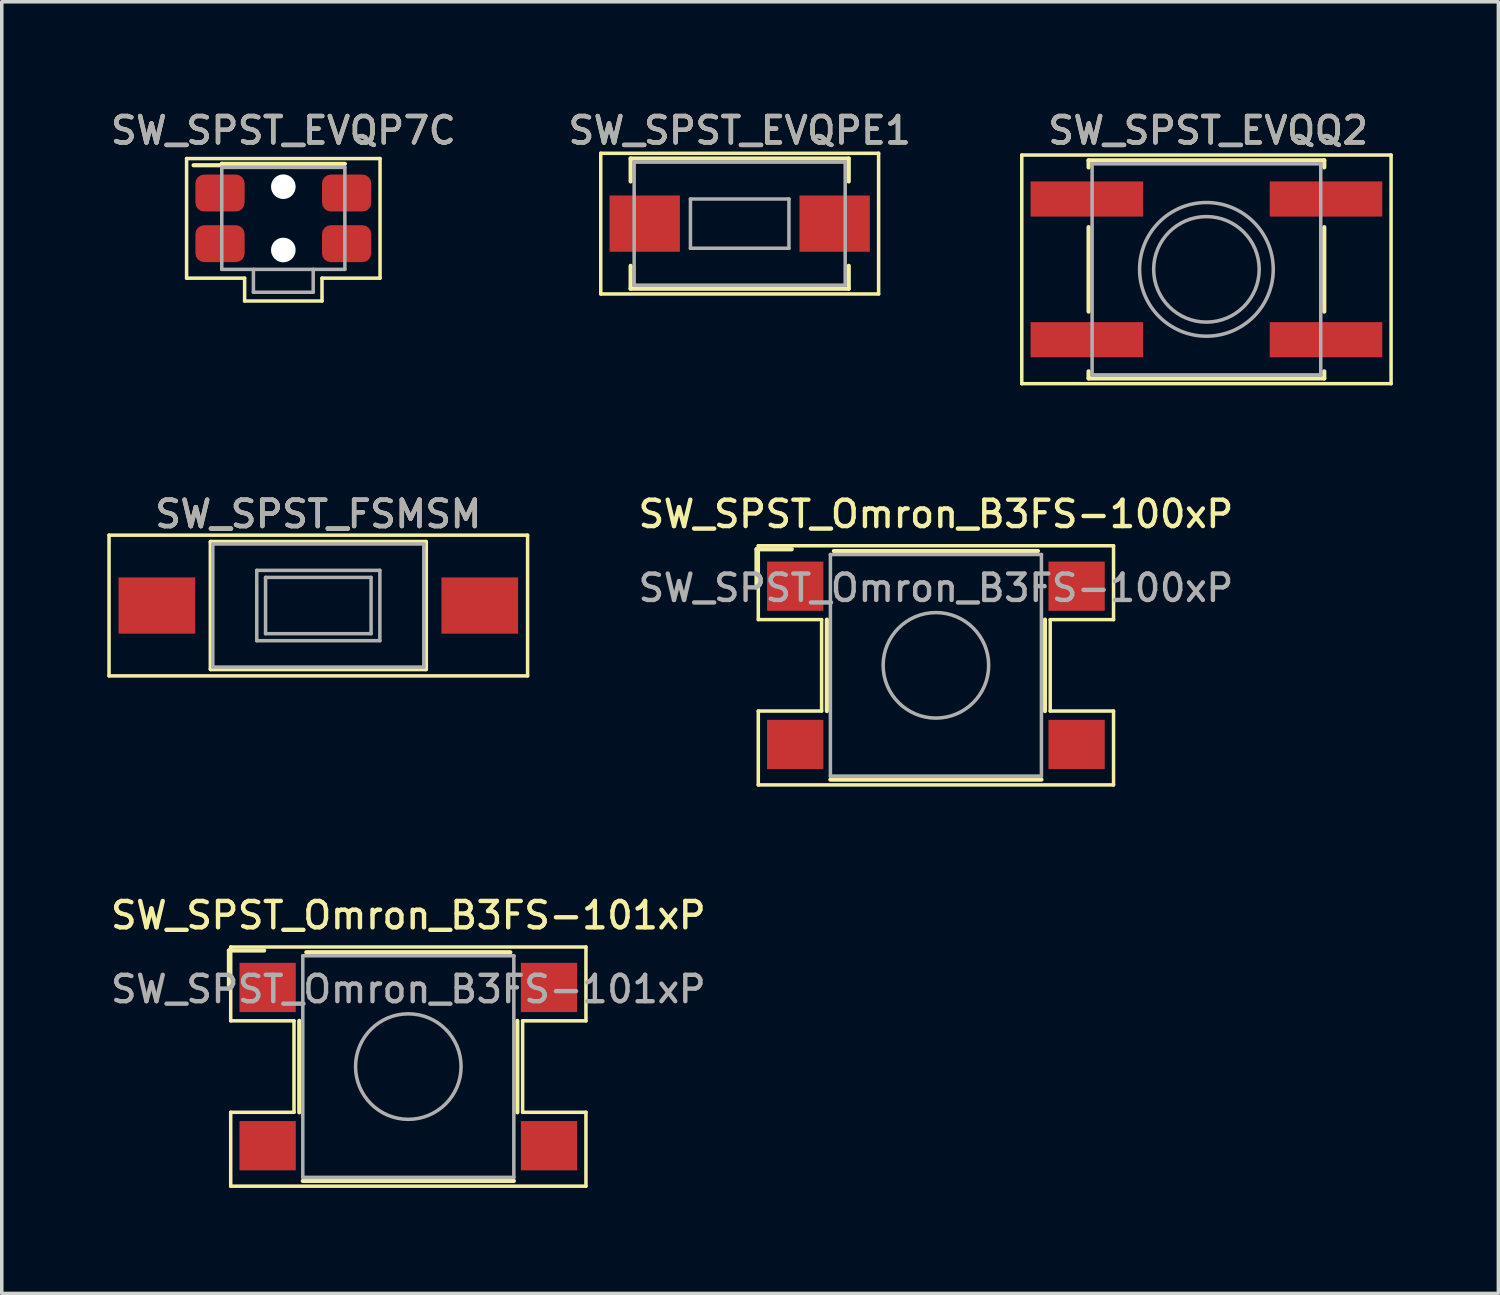
<source format=kicad_pcb>
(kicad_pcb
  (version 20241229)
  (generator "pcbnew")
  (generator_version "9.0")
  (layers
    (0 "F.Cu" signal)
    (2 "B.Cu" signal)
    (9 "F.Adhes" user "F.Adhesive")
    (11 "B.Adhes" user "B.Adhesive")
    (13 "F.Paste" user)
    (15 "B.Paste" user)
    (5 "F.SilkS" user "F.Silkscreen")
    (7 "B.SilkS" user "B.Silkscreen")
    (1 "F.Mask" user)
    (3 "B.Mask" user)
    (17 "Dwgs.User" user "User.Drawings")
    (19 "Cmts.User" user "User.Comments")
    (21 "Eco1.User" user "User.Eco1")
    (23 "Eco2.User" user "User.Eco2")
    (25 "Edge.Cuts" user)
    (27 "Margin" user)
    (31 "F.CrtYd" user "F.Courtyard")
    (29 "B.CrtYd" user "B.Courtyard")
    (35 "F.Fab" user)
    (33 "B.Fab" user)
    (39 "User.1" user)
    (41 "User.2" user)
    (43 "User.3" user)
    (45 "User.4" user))
  (footprint "SW_SPST_Omron_B3FS-100xP"
    (layer "F.Cu")
    (at 23.559 15.866)
    (property "Reference" "SW_SPST_Omron_B3FS-100xP" (at 0 -4.3 0) (layer "F.SilkS") (effects (font (size 0.75 0.75) (thickness 0.125))))
    (attr smd)
    (fp_line (start -5.1 -3.3) (end -4.1 -3.3) (stroke (width 0.12) (type solid)) (layer "F.SilkS"))
    (fp_line (start -5.1 -2.3) (end -5.1 -3.3) (stroke (width 0.12) (type solid)) (layer "F.SilkS"))
    (fp_line (start -5.05 -3.4) (end 5.05 -3.4) (stroke (width 0.1) (type solid)) (layer "F.SilkS"))
    (fp_line (start -5.05 -1.3) (end -5.05 -3.4) (stroke (width 0.1) (type solid)) (layer "F.SilkS"))
    (fp_line (start -5.05 1.3) (end -3.25 1.3) (stroke (width 0.1) (type solid)) (layer "F.SilkS"))
    (fp_line (start -5.05 3.4) (end -5.05 1.3) (stroke (width 0.1) (type solid)) (layer "F.SilkS"))
    (fp_line (start -3.25 -1.3) (end -5.05 -1.3) (stroke (width 0.1) (type solid)) (layer "F.SilkS"))
    (fp_line (start -3.25 1.3) (end -3.25 -1.3) (stroke (width 0.1) (type solid)) (layer "F.SilkS"))
    (fp_line (start -3.1 -1.3) (end -3.1 1.3) (stroke (width 0.12) (type solid)) (layer "F.SilkS"))
    (fp_line (start 2.9 -3.25) (end -2.9 -3.25) (stroke (width 0.12) (type solid)) (layer "F.SilkS"))
    (fp_line (start 3 3.25) (end -3 3.25) (stroke (width 0.12) (type solid)) (layer "F.SilkS"))
    (fp_line (start 3.1 -1.3) (end 3.1 1.3) (stroke (width 0.12) (type solid)) (layer "F.SilkS"))
    (fp_line (start 3.25 -1.3) (end 3.25 1.3) (stroke (width 0.1) (type solid)) (layer "F.SilkS"))
    (fp_line (start 3.25 1.3) (end 5.05 1.3) (stroke (width 0.1) (type solid)) (layer "F.SilkS"))
    (fp_line (start 5.05 -3.4) (end 5.05 -1.3) (stroke (width 0.1) (type solid)) (layer "F.SilkS"))
    (fp_line (start 5.05 -1.3) (end 3.25 -1.3) (stroke (width 0.1) (type solid)) (layer "F.SilkS"))
    (fp_line (start 5.05 1.3) (end 5.05 3.4) (stroke (width 0.1) (type solid)) (layer "F.SilkS"))
    (fp_line (start 5.05 3.4) (end -5.05 3.4) (stroke (width 0.1) (type solid)) (layer "F.SilkS"))
    (fp_line (start -3 -3.15) (end 3 -3.15) (stroke (width 0.1) (type solid)) (layer "F.Fab"))
    (fp_line (start -3 3.15) (end -3 -3.15) (stroke (width 0.1) (type solid)) (layer "F.Fab"))
    (fp_line (start 3 -3.15) (end 3 3.15) (stroke (width 0.1) (type solid)) (layer "F.Fab"))
    (fp_line (start 3 3.15) (end -3 3.15) (stroke (width 0.1) (type solid)) (layer "F.Fab"))
    (fp_circle (center 0 0) (end 1.5 0) (stroke (width 0.1) (type solid)) (fill no) (layer "F.Fab"))
    (fp_text user "${REFERENCE}" (at 0 -2.2 0) (layer "F.Fab") (effects (font (size 0.75 0.75) (thickness 0.125))))
    (pad "1" smd rect (at -4 -2.25 180) (size 1.6 1.4) (layers "F.Cu" "F.Mask" "F.Paste"))
    (pad "1" smd rect (at 4 -2.25 180) (size 1.6 1.4) (layers "F.Cu" "F.Mask" "F.Paste"))
    (pad "2" smd rect (at -4 2.25 180) (size 1.6 1.4) (layers "F.Cu" "F.Mask" "F.Paste"))
    (pad "2" smd rect (at 4 2.25 180) (size 1.6 1.4) (layers "F.Cu" "F.Mask" "F.Paste")))
  (footprint "SW_SPST_Omron_B3FS-101xP"
    (layer "F.Cu")
    (at 8.559 27.274)
    (property "Reference" "SW_SPST_Omron_B3FS-101xP" (at 0 -4.3 0) (layer "F.SilkS") (effects (font (size 0.75 0.75) (thickness 0.125))))
    (attr smd)
    (fp_line (start -5.1 -3.3) (end -4.1 -3.3) (stroke (width 0.12) (type solid)) (layer "F.SilkS"))
    (fp_line (start -5.1 -2.3) (end -5.1 -3.3) (stroke (width 0.12) (type solid)) (layer "F.SilkS"))
    (fp_line (start -5.05 -3.4) (end 5.05 -3.4) (stroke (width 0.1) (type solid)) (layer "F.SilkS"))
    (fp_line (start -5.05 -1.3) (end -5.05 -3.4) (stroke (width 0.1) (type solid)) (layer "F.SilkS"))
    (fp_line (start -5.05 1.3) (end -3.25 1.3) (stroke (width 0.1) (type solid)) (layer "F.SilkS"))
    (fp_line (start -5.05 3.4) (end -5.05 1.3) (stroke (width 0.1) (type solid)) (layer "F.SilkS"))
    (fp_line (start -3.25 -1.3) (end -5.05 -1.3) (stroke (width 0.1) (type solid)) (layer "F.SilkS"))
    (fp_line (start -3.25 1.3) (end -3.25 -1.3) (stroke (width 0.1) (type solid)) (layer "F.SilkS"))
    (fp_line (start -3.1 -1.3) (end -3.1 1.3) (stroke (width 0.12) (type solid)) (layer "F.SilkS"))
    (fp_line (start 2.9 -3.25) (end -2.9 -3.25) (stroke (width 0.12) (type solid)) (layer "F.SilkS"))
    (fp_line (start 3 3.25) (end -3 3.25) (stroke (width 0.12) (type solid)) (layer "F.SilkS"))
    (fp_line (start 3.1 -1.3) (end 3.1 1.3) (stroke (width 0.12) (type solid)) (layer "F.SilkS"))
    (fp_line (start 3.25 -1.3) (end 3.25 1.3) (stroke (width 0.1) (type solid)) (layer "F.SilkS"))
    (fp_line (start 3.25 1.3) (end 5.05 1.3) (stroke (width 0.1) (type solid)) (layer "F.SilkS"))
    (fp_line (start 5.05 -3.4) (end 5.05 -1.3) (stroke (width 0.1) (type solid)) (layer "F.SilkS"))
    (fp_line (start 5.05 -1.3) (end 3.25 -1.3) (stroke (width 0.1) (type solid)) (layer "F.SilkS"))
    (fp_line (start 5.05 1.3) (end 5.05 3.4) (stroke (width 0.1) (type solid)) (layer "F.SilkS"))
    (fp_line (start 5.05 3.4) (end -5.05 3.4) (stroke (width 0.1) (type solid)) (layer "F.SilkS"))
    (fp_line (start -3 -3.15) (end 3 -3.15) (stroke (width 0.1) (type solid)) (layer "F.Fab"))
    (fp_line (start -3 3.15) (end -3 -3.15) (stroke (width 0.1) (type solid)) (layer "F.Fab"))
    (fp_line (start 3 -3.15) (end 3 3.15) (stroke (width 0.1) (type solid)) (layer "F.Fab"))
    (fp_line (start 3 3.15) (end -3 3.15) (stroke (width 0.1) (type solid)) (layer "F.Fab"))
    (fp_circle (center 0 0) (end 1.5 0) (stroke (width 0.1) (type solid)) (fill no) (layer "F.Fab"))
    (fp_text user "${REFERENCE}" (at 0 -2.2 0) (layer "F.Fab") (effects (font (size 0.75 0.75) (thickness 0.125))))
    (pad "1" smd rect (at -4 -2.25 180) (size 1.6 1.4) (layers "F.Cu" "F.Mask" "F.Paste"))
    (pad "1" smd rect (at 4 -2.25 180) (size 1.6 1.4) (layers "F.Cu" "F.Mask" "F.Paste"))
    (pad "2" smd rect (at -4 2.25 180) (size 1.6 1.4) (layers "F.Cu" "F.Mask" "F.Paste"))
    (pad "2" smd rect (at 4 2.25 180) (size 1.6 1.4) (layers "F.Cu" "F.Mask" "F.Paste")))
  (footprint "SW_SPST_EVQPE1"
    (layer "F.Cu")
    (at 17.98 3.308)
    (property "Reference" "SW_SPST_EVQPE1" (at 0 -2.65 0) (layer "F.SilkS") (effects (font (size 0.75 0.75) (thickness 0.125))))
    (attr smd)
    (fp_line (start -3.95 -2) (end 3.95 -2) (stroke (width 0.1) (type solid)) (layer "F.SilkS"))
    (fp_line (start -3.95 2) (end -3.95 -2) (stroke (width 0.1) (type solid)) (layer "F.SilkS"))
    (fp_line (start -3.1 -1.85) (end -3.1 -1.2) (stroke (width 0.12) (type solid)) (layer "F.SilkS"))
    (fp_line (start -3.1 1.2) (end -3.1 1.85) (stroke (width 0.12) (type solid)) (layer "F.SilkS"))
    (fp_line (start -3.1 1.85) (end 3.1 1.85) (stroke (width 0.12) (type solid)) (layer "F.SilkS"))
    (fp_line (start 3.1 -1.85) (end -3.1 -1.85) (stroke (width 0.12) (type solid)) (layer "F.SilkS"))
    (fp_line (start 3.1 -1.85) (end 3.1 -1.2) (stroke (width 0.12) (type solid)) (layer "F.SilkS"))
    (fp_line (start 3.1 1.85) (end 3.1 1.2) (stroke (width 0.12) (type solid)) (layer "F.SilkS"))
    (fp_line (start 3.95 -2) (end 3.95 2) (stroke (width 0.1) (type solid)) (layer "F.SilkS"))
    (fp_line (start 3.95 2) (end -3.95 2) (stroke (width 0.1) (type solid)) (layer "F.SilkS"))
    (fp_line (start -3 -1.75) (end 3 -1.75) (stroke (width 0.1) (type solid)) (layer "F.Fab"))
    (fp_line (start -3 1.75) (end -3 -1.75) (stroke (width 0.1) (type solid)) (layer "F.Fab"))
    (fp_line (start -1.4 -0.7) (end 1.4 -0.7) (stroke (width 0.1) (type solid)) (layer "F.Fab"))
    (fp_line (start -1.4 0.7) (end -1.4 -0.7) (stroke (width 0.1) (type solid)) (layer "F.Fab"))
    (fp_line (start 1.4 -0.7) (end 1.4 0.7) (stroke (width 0.1) (type solid)) (layer "F.Fab"))
    (fp_line (start 1.4 0.7) (end -1.4 0.7) (stroke (width 0.1) (type solid)) (layer "F.Fab"))
    (fp_line (start 3 -1.75) (end 3 1.75) (stroke (width 0.1) (type solid)) (layer "F.Fab"))
    (fp_line (start 3 1.75) (end -3 1.75) (stroke (width 0.1) (type solid)) (layer "F.Fab"))
    (fp_text user "${REFERENCE}" (at 0 -2.65 0) (layer "F.Fab") (effects (font (size 0.75 0.75) (thickness 0.125))))
    (pad "1" smd rect (at -2.7 0) (size 2 1.6) (layers "F.Cu" "F.Mask" "F.Paste"))
    (pad "2" smd rect (at 2.7 0) (size 2 1.6) (layers "F.Cu" "F.Mask" "F.Paste")))
  (footprint "SW_SPST_EVQP7C"
    (layer "F.Cu")
    (at 5.005 3.158)
    (property "Reference" "SW_SPST_EVQP7C" (at 0 -2.5 0) (layer "F.SilkS") (effects (font (size 0.75 0.75) (thickness 0.125))))
    (attr smd)
    (fp_line (start -2.75 -1.7) (end 2.75 -1.7) (stroke (width 0.1) (type solid)) (layer "F.SilkS"))
    (fp_line (start -2.75 1.7) (end -2.75 -1.7) (stroke (width 0.1) (type solid)) (layer "F.SilkS"))
    (fp_line (start -2.55 -1.51) (end -1.75 -1.51) (stroke (width 0.12) (type default)) (layer "F.SilkS"))
    (fp_line (start -1.75 -1.55) (end -1.75 -1.51) (stroke (width 0.12) (type default)) (layer "F.SilkS"))
    (fp_line (start -1.75 -1.55) (end 1.75 -1.55) (stroke (width 0.12) (type solid)) (layer "F.SilkS"))
    (fp_line (start -1.1 1.7) (end -2.75 1.7) (stroke (width 0.1) (type solid)) (layer "F.SilkS"))
    (fp_line (start -1.1 2.35) (end -1.1 1.7) (stroke (width 0.1) (type solid)) (layer "F.SilkS"))
    (fp_line (start 1.1 1.7) (end 1.1 2.35) (stroke (width 0.1) (type solid)) (layer "F.SilkS"))
    (fp_line (start 1.1 2.35) (end -1.1 2.35) (stroke (width 0.1) (type solid)) (layer "F.SilkS"))
    (fp_line (start 2.75 -1.7) (end 2.75 1.7) (stroke (width 0.1) (type solid)) (layer "F.SilkS"))
    (fp_line (start 2.75 1.7) (end 1.1 1.7) (stroke (width 0.1) (type solid)) (layer "F.SilkS"))
    (fp_line (start -1.75 -1.45) (end 1.75 -1.45) (stroke (width 0.1) (type solid)) (layer "F.Fab"))
    (fp_line (start -1.75 1.45) (end -1.75 -1.45) (stroke (width 0.1) (type solid)) (layer "F.Fab"))
    (fp_line (start -0.85 2.1) (end -0.85 1.45) (stroke (width 0.1) (type solid)) (layer "F.Fab"))
    (fp_line (start -0.85 2.1) (end 0.85 2.1) (stroke (width 0.1) (type solid)) (layer "F.Fab"))
    (fp_line (start 0.85 2.1) (end 0.85 1.45) (stroke (width 0.1) (type solid)) (layer "F.Fab"))
    (fp_line (start 1.75 -1.45) (end 1.75 1.45) (stroke (width 0.1) (type solid)) (layer "F.Fab"))
    (fp_line (start 1.75 1.45) (end -1.75 1.45) (stroke (width 0.1) (type solid)) (layer "F.Fab"))
    (fp_text user "${REFERENCE}" (at 0 -2.5 0) (layer "F.Fab") (effects (font (size 0.75 0.75) (thickness 0.125))))
    (pad "" np_thru_hole circle (at 0 -0.9) (size 0.7 0.7) (drill 0.7) (layers "*.Cu" "*.Mask"))
    (pad "" np_thru_hole circle (at 0 0.9) (size 0.7 0.7) (drill 0.7) (layers "*.Cu" "*.Mask"))
    (pad "1" smd roundrect (at -1.8 -0.72) (size 1.4 1.05) (layers "F.Cu" "F.Mask" "F.Paste") (roundrect_rratio 0.238))
    (pad "1" smd roundrect (at 1.8 -0.72) (size 1.4 1.05) (layers "F.Cu" "F.Mask" "F.Paste") (roundrect_rratio 0.238))
    (pad "2" smd roundrect (at -1.8 0.72) (size 1.4 1.05) (layers "F.Cu" "F.Mask" "F.Paste") (roundrect_rratio 0.238))
    (pad "2" smd roundrect (at 1.8 0.72) (size 1.4 1.05) (layers "F.Cu" "F.Mask" "F.Paste") (roundrect_rratio 0.238)))
  (footprint "SW_SPST_EVQQ2"
    (layer "F.Cu")
    (at 31.25 4.608)
    (property "Reference" "SW_SPST_EVQQ2" (at 0.05 -3.95 0) (layer "F.SilkS") (effects (font (size 0.75 0.75) (thickness 0.125))))
    (attr smd)
    (fp_line (start -5.25 -3.25) (end 5.25 -3.25) (stroke (width 0.1) (type solid)) (layer "F.SilkS"))
    (fp_line (start -5.25 3.25) (end -5.25 -3.25) (stroke (width 0.1) (type solid)) (layer "F.SilkS"))
    (fp_line (start -3.35 -3.1) (end -3.35 -2.9) (stroke (width 0.12) (type solid)) (layer "F.SilkS"))
    (fp_line (start -3.35 -1.2) (end -3.35 1.2) (stroke (width 0.12) (type solid)) (layer "F.SilkS"))
    (fp_line (start -3.35 3.1) (end -3.35 2.9) (stroke (width 0.12) (type solid)) (layer "F.SilkS"))
    (fp_line (start -3.35 3.1) (end 3.35 3.1) (stroke (width 0.12) (type solid)) (layer "F.SilkS"))
    (fp_line (start 3.35 -3.1) (end -3.35 -3.1) (stroke (width 0.12) (type solid)) (layer "F.SilkS"))
    (fp_line (start 3.35 -3.1) (end 3.35 -2.9) (stroke (width 0.12) (type solid)) (layer "F.SilkS"))
    (fp_line (start 3.35 -1.2) (end 3.35 1.2) (stroke (width 0.12) (type solid)) (layer "F.SilkS"))
    (fp_line (start 3.35 3.1) (end 3.35 2.9) (stroke (width 0.12) (type solid)) (layer "F.SilkS"))
    (fp_line (start 5.25 -3.25) (end 5.25 3.25) (stroke (width 0.1) (type solid)) (layer "F.SilkS"))
    (fp_line (start 5.25 3.25) (end -5.25 3.25) (stroke (width 0.1) (type solid)) (layer "F.SilkS"))
    (fp_line (start -3.25 -3) (end 3.25 -3) (stroke (width 0.1) (type solid)) (layer "F.Fab"))
    (fp_line (start -3.25 3) (end -3.25 -3) (stroke (width 0.1) (type solid)) (layer "F.Fab"))
    (fp_line (start 3.25 -3) (end 3.25 3) (stroke (width 0.1) (type solid)) (layer "F.Fab"))
    (fp_line (start 3.25 3) (end -3.25 3) (stroke (width 0.1) (type solid)) (layer "F.Fab"))
    (fp_circle (center 0 0) (end 1.5 0) (stroke (width 0.1) (type solid)) (fill no) (layer "F.Fab"))
    (fp_circle (center 0 0) (end 1.9 0) (stroke (width 0.1) (type solid)) (fill no) (layer "F.Fab"))
    (fp_text user "${REFERENCE}" (at 0.05 -3.95 0) (layer "F.Fab") (effects (font (size 0.75 0.75) (thickness 0.125))))
    (pad "1" smd rect (at -3.4 -2) (size 3.2 1) (layers "F.Cu" "F.Mask" "F.Paste"))
    (pad "1" smd rect (at 3.4 -2) (size 3.2 1) (layers "F.Cu" "F.Mask" "F.Paste"))
    (pad "2" smd rect (at -3.4 2) (size 3.2 1) (layers "F.Cu" "F.Mask" "F.Paste"))
    (pad "2" smd rect (at 3.4 2) (size 3.2 1) (layers "F.Cu" "F.Mask" "F.Paste")))
  (footprint "SW_SPST_FSMSM"
    (layer "F.Cu")
    (at 6 14.166)
    (property "Reference" "SW_SPST_FSMSM" (at 0 -2.6 0) (layer "F.SilkS") (effects (font (size 0.75 0.75) (thickness 0.125))))
    (attr smd)
    (fp_line (start -5.95 -2) (end -5.95 2) (stroke (width 0.1) (type solid)) (layer "F.SilkS"))
    (fp_line (start -5.95 -2) (end 5.95 -2) (stroke (width 0.1) (type solid)) (layer "F.SilkS"))
    (fp_line (start -5.95 2) (end 5.95 2) (stroke (width 0.1) (type solid)) (layer "F.SilkS"))
    (fp_line (start -3.06 -1.81) (end 3.06 -1.81) (stroke (width 0.12) (type solid)) (layer "F.SilkS"))
    (fp_line (start -3.06 1.81) (end -3.06 -1.81) (stroke (width 0.12) (type solid)) (layer "F.SilkS"))
    (fp_line (start 3.06 -1.81) (end 3.06 1.81) (stroke (width 0.12) (type solid)) (layer "F.SilkS"))
    (fp_line (start 3.06 1.81) (end -3.06 1.81) (stroke (width 0.12) (type solid)) (layer "F.SilkS"))
    (fp_line (start 5.95 -2) (end 5.95 2) (stroke (width 0.1) (type solid)) (layer "F.SilkS"))
    (fp_line (start -3 -1.75) (end -3 1.75) (stroke (width 0.1) (type solid)) (layer "F.Fab"))
    (fp_line (start -3 -1.75) (end 3 -1.75) (stroke (width 0.1) (type solid)) (layer "F.Fab"))
    (fp_line (start -3 1.75) (end 3 1.75) (stroke (width 0.1) (type solid)) (layer "F.Fab"))
    (fp_line (start -1.75 -1) (end 1.75 -1) (stroke (width 0.1) (type solid)) (layer "F.Fab"))
    (fp_line (start -1.75 1) (end -1.75 -1) (stroke (width 0.1) (type solid)) (layer "F.Fab"))
    (fp_line (start -1.5 -0.8) (end -1.5 0.8) (stroke (width 0.1) (type solid)) (layer "F.Fab"))
    (fp_line (start -1.5 -0.8) (end 1.5 -0.8) (stroke (width 0.1) (type solid)) (layer "F.Fab"))
    (fp_line (start -1.5 0.8) (end 1.5 0.8) (stroke (width 0.1) (type solid)) (layer "F.Fab"))
    (fp_line (start 1.5 -0.8) (end 1.5 0.8) (stroke (width 0.1) (type solid)) (layer "F.Fab"))
    (fp_line (start 1.75 -1) (end 1.75 1) (stroke (width 0.1) (type solid)) (layer "F.Fab"))
    (fp_line (start 1.75 1) (end -1.75 1) (stroke (width 0.1) (type solid)) (layer "F.Fab"))
    (fp_line (start 3 -1.75) (end 3 1.75) (stroke (width 0.1) (type solid)) (layer "F.Fab"))
    (fp_text user "${REFERENCE}" (at 0 -2.6 0) (layer "F.Fab") (effects (font (size 0.75 0.75) (thickness 0.125))))
    (pad "1" smd rect (at -4.59 0) (size 2.18 1.6) (layers "F.Cu" "F.Mask" "F.Paste"))
    (pad "2" smd rect (at 4.59 0) (size 2.18 1.6) (layers "F.Cu" "F.Mask" "F.Paste")))
  (gr_rect
    (start -3 -3)
    (end 39.55 33.724)
    (stroke (width 0.1) (type default))
    (fill no)
    (layer "Edge.Cuts")))
</source>
